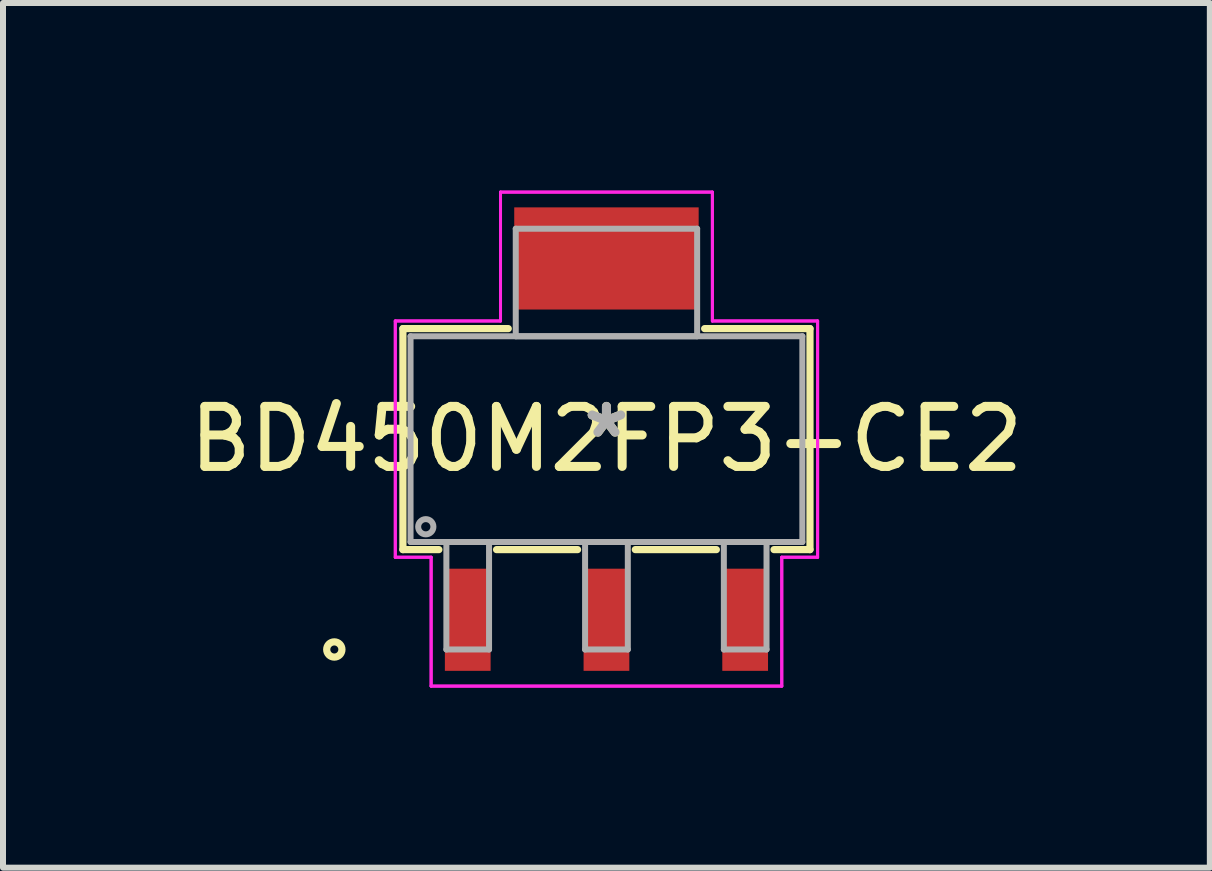
<source format=kicad_pcb>
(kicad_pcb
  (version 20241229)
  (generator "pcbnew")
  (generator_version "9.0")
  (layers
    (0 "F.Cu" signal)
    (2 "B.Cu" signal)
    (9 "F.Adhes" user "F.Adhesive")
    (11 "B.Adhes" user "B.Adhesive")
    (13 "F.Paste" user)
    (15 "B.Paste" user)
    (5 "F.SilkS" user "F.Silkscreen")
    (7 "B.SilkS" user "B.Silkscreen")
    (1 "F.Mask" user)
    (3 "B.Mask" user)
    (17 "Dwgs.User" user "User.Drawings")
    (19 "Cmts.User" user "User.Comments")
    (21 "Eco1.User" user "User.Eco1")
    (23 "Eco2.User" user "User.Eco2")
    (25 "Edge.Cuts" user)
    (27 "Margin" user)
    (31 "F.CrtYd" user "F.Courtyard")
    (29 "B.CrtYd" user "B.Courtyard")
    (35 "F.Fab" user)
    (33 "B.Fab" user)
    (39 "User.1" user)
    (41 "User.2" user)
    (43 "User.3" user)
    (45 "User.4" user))
  (footprint "BD450M2FP3-CE2"
    (layer "F.Cu")
    (at 7.054 4.266)
    (property "Reference" "BD450M2FP3-CE2" (at 0 0 0) (layer "F.SilkS") (effects (font (size 1 1) (thickness 0.15))))
    (attr through_hole)
    (fp_poly (pts (xy 1.562 -4.216) (xy -1.562 -4.216) (xy -1.562 -1.803) (xy 1.562 -1.803)) (stroke (width 0.1) (type solid)) (fill yes) (layer "F.Mask"))
    (fp_line (start -3.391 -1.841) (end -3.391 1.841) (stroke (width 0.12) (type solid)) (layer "F.SilkS"))
    (fp_line (start -3.391 1.841) (end -2.792 1.841) (stroke (width 0.12) (type solid)) (layer "F.SilkS"))
    (fp_line (start -1.831 1.841) (end -0.481 1.841) (stroke (width 0.12) (type solid)) (layer "F.SilkS"))
    (fp_line (start -1.636 -1.841) (end -3.391 -1.841) (stroke (width 0.12) (type solid)) (layer "F.SilkS"))
    (fp_line (start 0.481 1.841) (end 1.831 1.841) (stroke (width 0.12) (type solid)) (layer "F.SilkS"))
    (fp_line (start 2.792 1.841) (end 3.391 1.841) (stroke (width 0.12) (type solid)) (layer "F.SilkS"))
    (fp_line (start 3.391 -1.841) (end 1.636 -1.841) (stroke (width 0.12) (type solid)) (layer "F.SilkS"))
    (fp_line (start 3.391 1.841) (end 3.391 -1.841) (stroke (width 0.12) (type solid)) (layer "F.SilkS"))
    (fp_circle (center -4.534 3.505) (end -4.407 3.505) (stroke (width 0.12) (type solid)) (fill no) (layer "F.SilkS"))
    (fp_poly (pts (xy 1.537 -3.861) (xy -1.537 -3.861) (xy -1.537 -2.159) (xy 1.537 -2.159)) (stroke (width 0.1) (type solid)) (fill yes) (layer "F.Paste"))
    (fp_line (start -3.518 -1.968) (end -1.765 -1.968) (stroke (width 0.05) (type solid)) (layer "F.CrtYd"))
    (fp_line (start -3.518 -1.968) (end -1.765 -1.968) (stroke (width 0.05) (type solid)) (layer "F.CrtYd"))
    (fp_line (start -3.518 1.968) (end -3.518 -1.968) (stroke (width 0.05) (type solid)) (layer "F.CrtYd"))
    (fp_line (start -3.518 1.968) (end -3.518 -1.968) (stroke (width 0.05) (type solid)) (layer "F.CrtYd"))
    (fp_line (start -2.921 1.968) (end -3.518 1.968) (stroke (width 0.05) (type solid)) (layer "F.CrtYd"))
    (fp_line (start -2.921 1.968) (end -3.518 1.968) (stroke (width 0.05) (type solid)) (layer "F.CrtYd"))
    (fp_line (start -2.921 4.115) (end -2.921 1.968) (stroke (width 0.05) (type solid)) (layer "F.CrtYd"))
    (fp_line (start -2.921 4.115) (end -2.921 1.968) (stroke (width 0.05) (type solid)) (layer "F.CrtYd"))
    (fp_line (start -1.765 -4.115) (end 1.765 -4.115) (stroke (width 0.05) (type solid)) (layer "F.CrtYd"))
    (fp_line (start -1.765 -4.115) (end 1.765 -4.115) (stroke (width 0.05) (type solid)) (layer "F.CrtYd"))
    (fp_line (start -1.765 -1.968) (end -1.765 -4.115) (stroke (width 0.05) (type solid)) (layer "F.CrtYd"))
    (fp_line (start -1.765 -1.968) (end -1.765 -4.115) (stroke (width 0.05) (type solid)) (layer "F.CrtYd"))
    (fp_line (start 1.765 -4.115) (end 1.765 -1.968) (stroke (width 0.05) (type solid)) (layer "F.CrtYd"))
    (fp_line (start 1.765 -4.115) (end 1.765 -1.968) (stroke (width 0.05) (type solid)) (layer "F.CrtYd"))
    (fp_line (start 1.765 -1.968) (end 3.518 -1.968) (stroke (width 0.05) (type solid)) (layer "F.CrtYd"))
    (fp_line (start 1.765 -1.968) (end 3.518 -1.968) (stroke (width 0.05) (type solid)) (layer "F.CrtYd"))
    (fp_line (start 2.921 1.968) (end 2.921 4.115) (stroke (width 0.05) (type solid)) (layer "F.CrtYd"))
    (fp_line (start 2.921 1.968) (end 2.921 4.115) (stroke (width 0.05) (type solid)) (layer "F.CrtYd"))
    (fp_line (start 2.921 4.115) (end -2.921 4.115) (stroke (width 0.05) (type solid)) (layer "F.CrtYd"))
    (fp_line (start 2.921 4.115) (end -2.921 4.115) (stroke (width 0.05) (type solid)) (layer "F.CrtYd"))
    (fp_line (start 3.518 -1.968) (end 3.518 1.968) (stroke (width 0.05) (type solid)) (layer "F.CrtYd"))
    (fp_line (start 3.518 -1.968) (end 3.518 1.968) (stroke (width 0.05) (type solid)) (layer "F.CrtYd"))
    (fp_line (start 3.518 1.968) (end 2.921 1.968) (stroke (width 0.05) (type solid)) (layer "F.CrtYd"))
    (fp_line (start 3.518 1.968) (end 2.921 1.968) (stroke (width 0.05) (type solid)) (layer "F.CrtYd"))
    (fp_line (start -3.264 -1.714) (end -3.264 1.714) (stroke (width 0.1) (type solid)) (layer "F.Fab"))
    (fp_line (start -3.264 1.714) (end 3.264 1.714) (stroke (width 0.1) (type solid)) (layer "F.Fab"))
    (fp_line (start -2.667 1.714) (end -2.667 3.505) (stroke (width 0.1) (type solid)) (layer "F.Fab"))
    (fp_line (start -2.667 3.505) (end -1.956 3.505) (stroke (width 0.1) (type solid)) (layer "F.Fab"))
    (fp_line (start -1.956 1.714) (end -2.667 1.714) (stroke (width 0.1) (type solid)) (layer "F.Fab"))
    (fp_line (start -1.956 3.505) (end -1.956 1.714) (stroke (width 0.1) (type solid)) (layer "F.Fab"))
    (fp_line (start -1.511 -3.505) (end -1.511 -1.714) (stroke (width 0.1) (type solid)) (layer "F.Fab"))
    (fp_line (start -1.511 -1.714) (end 1.511 -1.714) (stroke (width 0.1) (type solid)) (layer "F.Fab"))
    (fp_line (start -0.356 1.714) (end -0.356 3.505) (stroke (width 0.1) (type solid)) (layer "F.Fab"))
    (fp_line (start -0.356 3.505) (end 0.356 3.505) (stroke (width 0.1) (type solid)) (layer "F.Fab"))
    (fp_line (start 0.356 1.714) (end -0.356 1.714) (stroke (width 0.1) (type solid)) (layer "F.Fab"))
    (fp_line (start 0.356 3.505) (end 0.356 1.714) (stroke (width 0.1) (type solid)) (layer "F.Fab"))
    (fp_line (start 1.511 -3.505) (end -1.511 -3.505) (stroke (width 0.1) (type solid)) (layer "F.Fab"))
    (fp_line (start 1.511 -1.714) (end 1.511 -3.505) (stroke (width 0.1) (type solid)) (layer "F.Fab"))
    (fp_line (start 1.956 1.714) (end 1.956 3.505) (stroke (width 0.1) (type solid)) (layer "F.Fab"))
    (fp_line (start 1.956 3.505) (end 2.667 3.505) (stroke (width 0.1) (type solid)) (layer "F.Fab"))
    (fp_line (start 2.667 1.714) (end 1.956 1.714) (stroke (width 0.1) (type solid)) (layer "F.Fab"))
    (fp_line (start 2.667 3.505) (end 2.667 1.714) (stroke (width 0.1) (type solid)) (layer "F.Fab"))
    (fp_line (start 3.264 -1.714) (end -3.264 -1.714) (stroke (width 0.1) (type solid)) (layer "F.Fab"))
    (fp_line (start 3.264 1.714) (end 3.264 -1.714) (stroke (width 0.1) (type solid)) (layer "F.Fab"))
    (fp_circle (center -3.01 1.46) (end -2.883 1.46) (stroke (width 0.1) (type solid)) (fill no) (layer "F.Fab"))
    (fp_text user "*" (at 0 0 0) (layer "F.SilkS") (effects (font (size 1 1) (thickness 0.15))))
    (fp_text user "*" (at 0 0 0) (layer "F.Fab") (effects (font (size 1 1) (thickness 0.15))))
    (pad "1" smd rect (at -2.311 3.01) (size 0.762 1.702) (layers "F.Cu" "F.Mask" "F.Paste"))
    (pad "2" smd rect (at 0 -3.01) (size 3.073 1.702) (layers "F.Cu" "F.Mask" "F.Paste"))
    (pad "2" smd rect (at 0 3.01) (size 0.762 1.702) (layers "F.Cu" "F.Mask" "F.Paste"))
    (pad "3" smd rect (at 2.311 3.01) (size 0.762 1.702) (layers "F.Cu" "F.Mask" "F.Paste")))
  (gr_rect
    (start -3 -3)
    (end 17.107 11.406)
    (stroke (width 0.1) (type default))
    (fill no)
    (layer "Edge.Cuts")))
</source>
